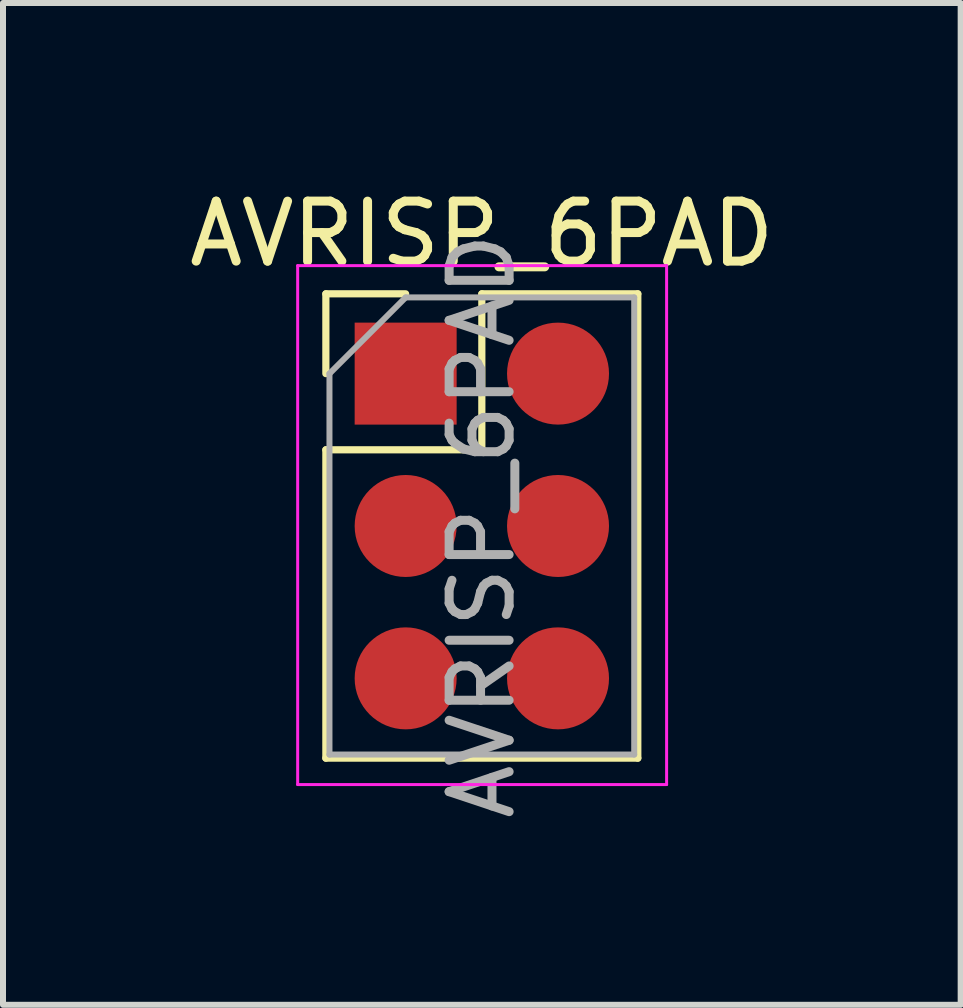
<source format=kicad_pcb>
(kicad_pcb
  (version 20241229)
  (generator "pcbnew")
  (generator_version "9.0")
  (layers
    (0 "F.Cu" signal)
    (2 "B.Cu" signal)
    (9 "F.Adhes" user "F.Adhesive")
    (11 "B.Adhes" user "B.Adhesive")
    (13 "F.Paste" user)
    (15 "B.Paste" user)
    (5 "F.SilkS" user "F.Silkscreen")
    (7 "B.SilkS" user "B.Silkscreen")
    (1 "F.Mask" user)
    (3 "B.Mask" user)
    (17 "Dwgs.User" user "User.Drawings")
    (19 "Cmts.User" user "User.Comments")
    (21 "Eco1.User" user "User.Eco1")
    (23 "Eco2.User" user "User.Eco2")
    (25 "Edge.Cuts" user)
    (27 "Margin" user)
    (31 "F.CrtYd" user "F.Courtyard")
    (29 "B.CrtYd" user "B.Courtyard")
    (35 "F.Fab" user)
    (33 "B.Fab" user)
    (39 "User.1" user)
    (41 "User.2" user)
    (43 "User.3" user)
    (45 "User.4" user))
  (footprint "AVRISP_6PAD"
    (layer "F.Cu")
    (at 3.712 3.178)
    (property "Reference" "AVRISP_6PAD" (at 1.27 -2.33 0) (layer "F.SilkS") (effects (font (size 1 1) (thickness 0.15))))
    (attr through_hole)
    (fp_line (start -1.33 -1.33) (end 0 -1.33) (stroke (width 0.12) (type solid)) (layer "F.SilkS"))
    (fp_line (start -1.33 0) (end -1.33 -1.33) (stroke (width 0.12) (type solid)) (layer "F.SilkS"))
    (fp_line (start -1.33 1.27) (end -1.33 6.41) (stroke (width 0.12) (type solid)) (layer "F.SilkS"))
    (fp_line (start -1.33 1.27) (end 1.27 1.27) (stroke (width 0.12) (type solid)) (layer "F.SilkS"))
    (fp_line (start -1.33 6.41) (end 3.87 6.41) (stroke (width 0.12) (type solid)) (layer "F.SilkS"))
    (fp_line (start 1.27 -1.33) (end 3.87 -1.33) (stroke (width 0.12) (type solid)) (layer "F.SilkS"))
    (fp_line (start 1.27 1.27) (end 1.27 -1.33) (stroke (width 0.12) (type solid)) (layer "F.SilkS"))
    (fp_line (start 3.87 -1.33) (end 3.87 6.41) (stroke (width 0.12) (type solid)) (layer "F.SilkS"))
    (fp_line (start -1.8 -1.8) (end -1.8 6.85) (stroke (width 0.05) (type solid)) (layer "F.CrtYd"))
    (fp_line (start -1.8 6.85) (end 4.35 6.85) (stroke (width 0.05) (type solid)) (layer "F.CrtYd"))
    (fp_line (start 4.35 -1.8) (end -1.8 -1.8) (stroke (width 0.05) (type solid)) (layer "F.CrtYd"))
    (fp_line (start 4.35 6.85) (end 4.35 -1.8) (stroke (width 0.05) (type solid)) (layer "F.CrtYd"))
    (fp_line (start -1.27 0) (end 0 -1.27) (stroke (width 0.1) (type solid)) (layer "F.Fab"))
    (fp_line (start -1.27 6.35) (end -1.27 0) (stroke (width 0.1) (type solid)) (layer "F.Fab"))
    (fp_line (start 0 -1.27) (end 3.81 -1.27) (stroke (width 0.1) (type solid)) (layer "F.Fab"))
    (fp_line (start 3.81 -1.27) (end 3.81 6.35) (stroke (width 0.1) (type solid)) (layer "F.Fab"))
    (fp_line (start 3.81 6.35) (end -1.27 6.35) (stroke (width 0.1) (type solid)) (layer "F.Fab"))
    (fp_text user "${REFERENCE}" (at 1.27 2.54 90) (layer "F.Fab") (effects (font (size 1 1) (thickness 0.15))))
    (pad "1" smd rect (at 0 0) (size 1.7 1.7) (layers "F.Cu" "F.Mask"))
    (pad "2" smd oval (at 2.54 0) (size 1.7 1.7) (layers "F.Cu" "F.Mask"))
    (pad "3" smd oval (at 0 2.54) (size 1.7 1.7) (layers "F.Cu" "F.Mask"))
    (pad "4" smd oval (at 2.54 2.54) (size 1.7 1.7) (layers "F.Cu" "F.Mask"))
    (pad "5" smd oval (at 0 5.08) (size 1.7 1.7) (layers "F.Cu" "F.Mask"))
    (pad "6" smd oval (at 2.54 5.08) (size 1.7 1.7) (layers "F.Cu" "F.Mask")))
  (gr_rect
    (start -3 -3)
    (end 12.964 13.7)
    (stroke (width 0.1) (type default))
    (fill no)
    (layer "Edge.Cuts")))
</source>
